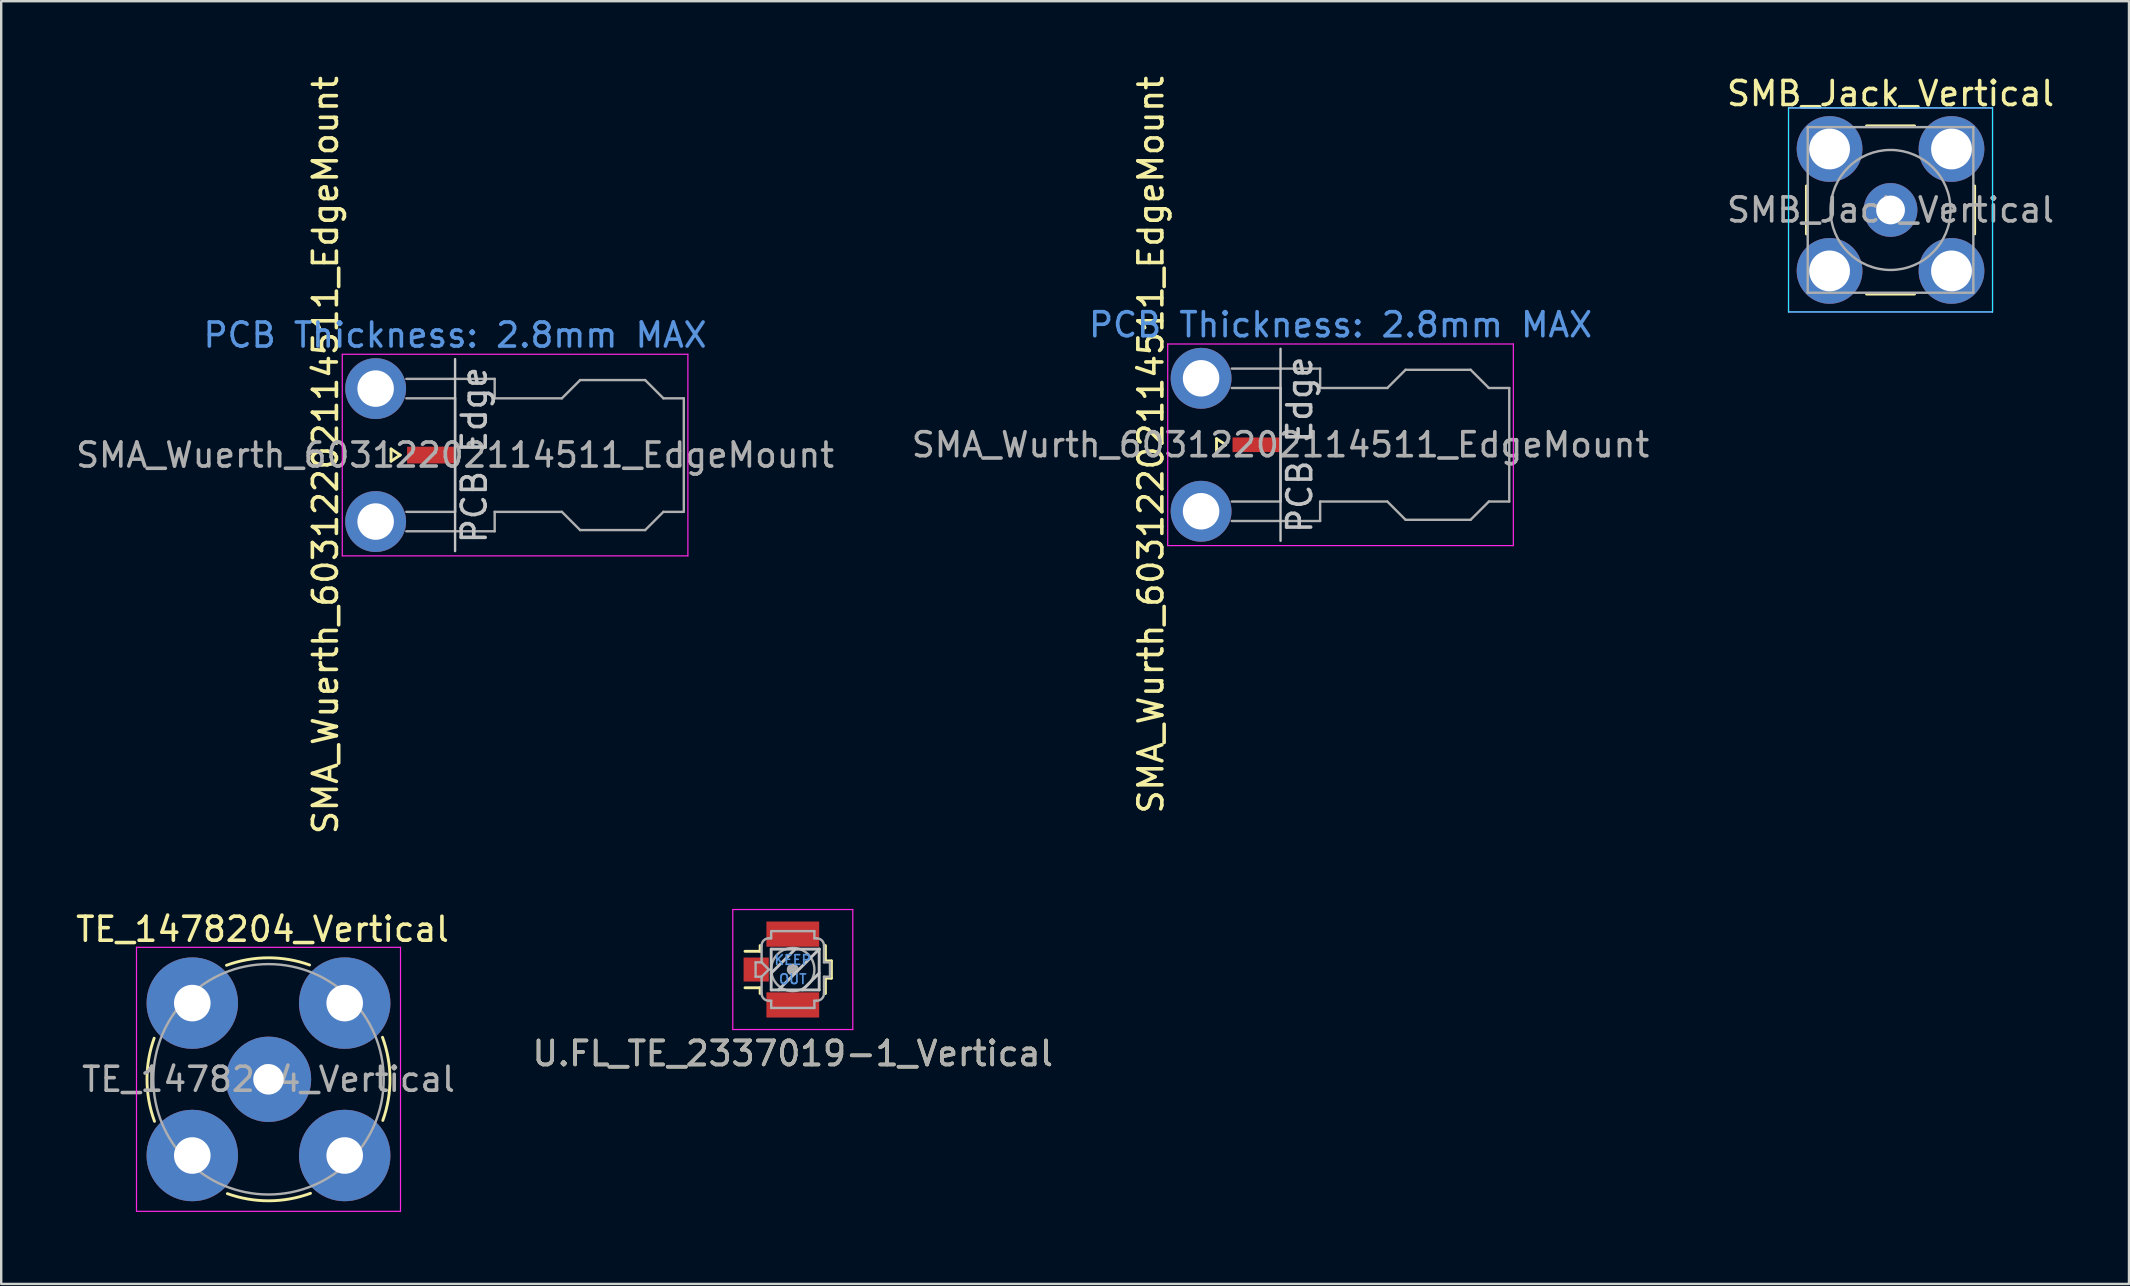
<source format=kicad_pcb>
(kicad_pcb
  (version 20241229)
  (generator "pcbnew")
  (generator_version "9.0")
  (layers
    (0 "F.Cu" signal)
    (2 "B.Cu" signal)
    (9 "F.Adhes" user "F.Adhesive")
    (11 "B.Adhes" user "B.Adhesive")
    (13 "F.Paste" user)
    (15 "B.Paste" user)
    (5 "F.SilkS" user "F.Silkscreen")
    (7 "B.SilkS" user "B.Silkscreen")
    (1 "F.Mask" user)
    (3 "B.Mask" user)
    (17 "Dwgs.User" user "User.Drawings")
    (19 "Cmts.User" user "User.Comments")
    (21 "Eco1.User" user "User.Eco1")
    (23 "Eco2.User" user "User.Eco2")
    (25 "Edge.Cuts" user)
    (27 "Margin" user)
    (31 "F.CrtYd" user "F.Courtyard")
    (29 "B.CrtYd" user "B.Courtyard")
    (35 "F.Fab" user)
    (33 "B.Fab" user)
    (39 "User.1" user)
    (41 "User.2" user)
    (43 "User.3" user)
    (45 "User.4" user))
  (footprint "SMA_Wuerth_60312202114511_EdgeMount"
    (layer "F.Cu")
    (at 15.911 15.911)
    (property "Reference" "SMA_Wuerth_60312202114511_EdgeMount" (at -5.4 0 90) (layer "F.SilkS") (effects (font (size 1 1) (thickness 0.15))))
    (attr smd)
    (fp_line (start -2.667 -0.254) (end -2.667 0.254) (stroke (width 0.12) (type solid)) (layer "F.SilkS"))
    (fp_line (start -2.667 0.254) (end -2.286 0) (stroke (width 0.12) (type solid)) (layer "F.SilkS"))
    (fp_line (start -2.286 0) (end -2.667 -0.254) (stroke (width 0.12) (type solid)) (layer "F.SilkS"))
    (fp_line (start 0 4) (end 0 -4) (stroke (width 0.1) (type solid)) (layer "Dwgs.User"))
    (fp_line (start -4.7 -4.2) (end 9.7 -4.2) (stroke (width 0.05) (type solid)) (layer "F.CrtYd"))
    (fp_line (start -4.7 4.2) (end -4.7 -4.2) (stroke (width 0.05) (type solid)) (layer "F.CrtYd"))
    (fp_line (start 9.7 -4.2) (end 9.7 4.2) (stroke (width 0.05) (type solid)) (layer "F.CrtYd"))
    (fp_line (start 9.7 4.2) (end -4.7 4.2) (stroke (width 0.05) (type solid)) (layer "F.CrtYd"))
    (fp_line (start -2.032 -2.365) (end 0 -2.365) (stroke (width 0.1) (type solid)) (layer "F.Fab"))
    (fp_line (start -2.032 3.175) (end 1.65 3.175) (stroke (width 0.1) (type solid)) (layer "F.Fab"))
    (fp_line (start 0 -2.365) (end 0 2.365) (stroke (width 0.1) (type solid)) (layer "F.Fab"))
    (fp_line (start 0 2.365) (end -2.032 2.365) (stroke (width 0.1) (type solid)) (layer "F.Fab"))
    (fp_line (start 1.65 -3.175) (end -2.032 -3.175) (stroke (width 0.1) (type solid)) (layer "F.Fab"))
    (fp_line (start 1.65 -2.365) (end 1.65 -3.175) (stroke (width 0.1) (type solid)) (layer "F.Fab"))
    (fp_line (start 1.65 2.365) (end 4.45 2.365) (stroke (width 0.1) (type solid)) (layer "F.Fab"))
    (fp_line (start 1.65 3.175) (end 1.65 2.365) (stroke (width 0.1) (type solid)) (layer "F.Fab"))
    (fp_line (start 4.45 -2.365) (end 1.65 -2.365) (stroke (width 0.1) (type solid)) (layer "F.Fab"))
    (fp_line (start 4.45 -2.365) (end 5.21 -3.125) (stroke (width 0.1) (type solid)) (layer "F.Fab"))
    (fp_line (start 4.45 2.365) (end 5.21 3.125) (stroke (width 0.1) (type solid)) (layer "F.Fab"))
    (fp_line (start 5.21 3.125) (end 7.92 3.125) (stroke (width 0.1) (type solid)) (layer "F.Fab"))
    (fp_line (start 7.92 -3.125) (end 5.21 -3.125) (stroke (width 0.1) (type solid)) (layer "F.Fab"))
    (fp_line (start 7.92 3.125) (end 8.68 2.365) (stroke (width 0.1) (type solid)) (layer "F.Fab"))
    (fp_line (start 8.68 -2.365) (end 7.92 -3.125) (stroke (width 0.1) (type solid)) (layer "F.Fab"))
    (fp_line (start 8.68 2.365) (end 9.53 2.365) (stroke (width 0.1) (type solid)) (layer "F.Fab"))
    (fp_line (start 9.53 -2.365) (end 8.68 -2.365) (stroke (width 0.1) (type solid)) (layer "F.Fab"))
    (fp_line (start 9.53 2.365) (end 9.53 -2.365) (stroke (width 0.1) (type solid)) (layer "F.Fab"))
    (fp_text user "PCB Edge" (at 0.8 0 90) (layer "Dwgs.User") (effects (font (size 1 1) (thickness 0.15))))
    (fp_text user "PCB Thickness: 2.8mm MAX" (at 0 -5 0) (layer "Cmts.User") (effects (font (size 1 1) (thickness 0.15))))
    (fp_text user "${REFERENCE}" (at 0 0 0) (layer "F.Fab") (effects (font (size 1 1) (thickness 0.15))))
    (pad "1" smd rect (at -1 0) (size 2 0.7) (layers "F.Cu" "F.Mask" "F.Paste"))
    (pad "2" thru_hole circle (at -3.31 -2.77) (size 2.536 2.536) (drill 1.52) (layers "*.Cu" "*.Mask"))
    (pad "2" thru_hole circle (at -3.31 2.77) (size 2.536 2.536) (drill 1.52) (layers "*.Cu" "*.Mask")))
  (footprint "SMA_Wurth_60312202114511_EdgeMount"
    (layer "F.Cu")
    (at 52.804 15.482)
    (property "Reference" "SMA_Wurth_60312202114511_EdgeMount" (at -7.9 0 90) (layer "F.SilkS") (effects (font (size 1 1) (thickness 0.15))))
    (attr smd)
    (fp_line (start -5.167 -0.254) (end -5.167 0.254) (stroke (width 0.12) (type solid)) (layer "F.SilkS"))
    (fp_line (start -5.167 0.254) (end -4.786 0) (stroke (width 0.12) (type solid)) (layer "F.SilkS"))
    (fp_line (start -4.786 0) (end -5.167 -0.254) (stroke (width 0.12) (type solid)) (layer "F.SilkS"))
    (fp_line (start -2.5 4) (end -2.5 -4) (stroke (width 0.1) (type solid)) (layer "Dwgs.User"))
    (fp_line (start -7.2 -4.2) (end 7.2 -4.2) (stroke (width 0.05) (type solid)) (layer "F.CrtYd"))
    (fp_line (start -7.2 4.2) (end -7.2 -4.2) (stroke (width 0.05) (type solid)) (layer "F.CrtYd"))
    (fp_line (start 7.2 -4.2) (end 7.2 4.2) (stroke (width 0.05) (type solid)) (layer "F.CrtYd"))
    (fp_line (start 7.2 4.2) (end -7.2 4.2) (stroke (width 0.05) (type solid)) (layer "F.CrtYd"))
    (fp_line (start -4.532 -2.365) (end -2.5 -2.365) (stroke (width 0.1) (type solid)) (layer "F.Fab"))
    (fp_line (start -4.532 3.175) (end -0.85 3.175) (stroke (width 0.1) (type solid)) (layer "F.Fab"))
    (fp_line (start -2.5 -2.365) (end -2.5 2.365) (stroke (width 0.1) (type solid)) (layer "F.Fab"))
    (fp_line (start -2.5 2.365) (end -4.532 2.365) (stroke (width 0.1) (type solid)) (layer "F.Fab"))
    (fp_line (start -0.85 -3.175) (end -4.532 -3.175) (stroke (width 0.1) (type solid)) (layer "F.Fab"))
    (fp_line (start -0.85 -2.365) (end -0.85 -3.175) (stroke (width 0.1) (type solid)) (layer "F.Fab"))
    (fp_line (start -0.85 2.365) (end 1.95 2.365) (stroke (width 0.1) (type solid)) (layer "F.Fab"))
    (fp_line (start -0.85 3.175) (end -0.85 2.365) (stroke (width 0.1) (type solid)) (layer "F.Fab"))
    (fp_line (start 1.95 -2.365) (end -0.85 -2.365) (stroke (width 0.1) (type solid)) (layer "F.Fab"))
    (fp_line (start 1.95 -2.365) (end 2.71 -3.125) (stroke (width 0.1) (type solid)) (layer "F.Fab"))
    (fp_line (start 1.95 2.365) (end 2.71 3.125) (stroke (width 0.1) (type solid)) (layer "F.Fab"))
    (fp_line (start 2.71 3.125) (end 5.42 3.125) (stroke (width 0.1) (type solid)) (layer "F.Fab"))
    (fp_line (start 5.42 -3.125) (end 2.71 -3.125) (stroke (width 0.1) (type solid)) (layer "F.Fab"))
    (fp_line (start 5.42 3.125) (end 6.18 2.365) (stroke (width 0.1) (type solid)) (layer "F.Fab"))
    (fp_line (start 6.18 -2.365) (end 5.42 -3.125) (stroke (width 0.1) (type solid)) (layer "F.Fab"))
    (fp_line (start 6.18 2.365) (end 7.03 2.365) (stroke (width 0.1) (type solid)) (layer "F.Fab"))
    (fp_line (start 7.03 -2.365) (end 6.18 -2.365) (stroke (width 0.1) (type solid)) (layer "F.Fab"))
    (fp_line (start 7.03 2.365) (end 7.03 -2.365) (stroke (width 0.1) (type solid)) (layer "F.Fab"))
    (fp_text user "PCB Edge" (at -1.7 0 90) (layer "Dwgs.User") (effects (font (size 1 1) (thickness 0.15))))
    (fp_text user "PCB Thickness: 2.8mm MAX" (at 0 -5 0) (layer "Cmts.User") (effects (font (size 1 1) (thickness 0.15))))
    (fp_text user "${REFERENCE}" (at -2.5 0 0) (layer "F.Fab") (effects (font (size 1 1) (thickness 0.15))))
    (pad "1" smd rect (at -2.5 0) (size 2 0.61) (drill (offset -1 0)) (layers "F.Cu" "F.Mask" "F.Paste"))
    (pad "2" thru_hole circle (at -5.81 -2.77) (size 2.536 2.536) (drill 1.52) (layers "*.Cu" "*.Mask"))
    (pad "2" thru_hole circle (at -5.81 2.77) (size 2.536 2.536) (drill 1.52) (layers "*.Cu" "*.Mask")))
  (footprint "SMB_Jack_Vertical"
    (layer "F.Cu")
    (at 75.72 5.698)
    (property "Reference" "SMB_Jack_Vertical" (at 0 -4.85 0) (layer "F.SilkS") (effects (font (size 1 1) (thickness 0.15))))
    (attr through_hole)
    (fp_line (start -3.505 1) (end -3.505 -1) (stroke (width 0.12) (type solid)) (layer "F.SilkS"))
    (fp_line (start -1 -3.505) (end 1 -3.505) (stroke (width 0.12) (type solid)) (layer "F.SilkS"))
    (fp_line (start 1 3.505) (end -1 3.505) (stroke (width 0.12) (type solid)) (layer "F.SilkS"))
    (fp_line (start 3.505 -1) (end 3.505 1) (stroke (width 0.12) (type solid)) (layer "F.SilkS"))
    (fp_line (start -4.25 -4.25) (end 4.25 -4.25) (stroke (width 0.05) (type solid)) (layer "B.CrtYd"))
    (fp_line (start -4.25 4.25) (end -4.25 -4.25) (stroke (width 0.05) (type solid)) (layer "B.CrtYd"))
    (fp_line (start 4.25 -4.25) (end 4.25 4.25) (stroke (width 0.05) (type solid)) (layer "B.CrtYd"))
    (fp_line (start 4.25 4.25) (end -4.25 4.25) (stroke (width 0.05) (type solid)) (layer "B.CrtYd"))
    (fp_line (start -4.25 -4.25) (end 4.25 -4.25) (stroke (width 0.05) (type solid)) (layer "F.CrtYd"))
    (fp_line (start -4.25 4.25) (end -4.25 -4.25) (stroke (width 0.05) (type solid)) (layer "F.CrtYd"))
    (fp_line (start 4.25 -4.25) (end 4.25 4.25) (stroke (width 0.05) (type solid)) (layer "F.CrtYd"))
    (fp_line (start 4.25 4.25) (end -4.25 4.25) (stroke (width 0.05) (type solid)) (layer "F.CrtYd"))
    (fp_line (start -3.45 -3.45) (end -3.45 3.45) (stroke (width 0.1) (type solid)) (layer "F.Fab"))
    (fp_line (start -3.45 3.45) (end 3.45 3.45) (stroke (width 0.1) (type solid)) (layer "F.Fab"))
    (fp_line (start 3.45 -3.45) (end -3.45 -3.45) (stroke (width 0.1) (type solid)) (layer "F.Fab"))
    (fp_line (start 3.45 3.45) (end 3.45 -3.45) (stroke (width 0.1) (type solid)) (layer "F.Fab"))
    (fp_circle (center 0 0) (end 2.5 0) (stroke (width 0.1) (type solid)) (fill no) (layer "F.Fab"))
    (fp_text user "${REFERENCE}" (at 0 0 0) (layer "F.Fab") (effects (font (size 1 1) (thickness 0.15))))
    (pad "1" thru_hole circle (at 0 0) (size 2.24 2.24) (drill 1.2) (layers "*.Cu" "*.Mask"))
    (pad "2" thru_hole circle (at -2.54 -2.54) (size 2.74 2.74) (drill 1.7) (layers "*.Cu" "*.Mask"))
    (pad "2" thru_hole circle (at -2.54 2.54) (size 2.74 2.74) (drill 1.7) (layers "*.Cu" "*.Mask"))
    (pad "2" thru_hole circle (at 2.54 -2.54) (size 2.74 2.74) (drill 1.7) (layers "*.Cu" "*.Mask"))
    (pad "2" thru_hole circle (at 2.54 2.54) (size 2.74 2.74) (drill 1.7) (layers "*.Cu" "*.Mask")))
  (footprint "U.FL_TE_2337019-1_Vertical"
    (layer "F.Cu")
    (at 29.982 37.346)
    (property "Reference" "U.FL_TE_2337019-1_Vertical" (at 0 3.5 0) (layer "F.SilkS") (effects (font (size 1 1) (thickness 0.15))))
    (attr smd)
    (fp_line (start -1.36 -1) (end -1.36 -0.76) (stroke (width 0.12) (type solid)) (layer "F.SilkS"))
    (fp_line (start -1.36 -0.76) (end -1.99 -0.76) (stroke (width 0.12) (type solid)) (layer "F.SilkS"))
    (fp_line (start -1.36 0.76) (end -1.99 0.76) (stroke (width 0.12) (type solid)) (layer "F.SilkS"))
    (fp_line (start -1.36 1) (end -1.36 0.76) (stroke (width 0.12) (type solid)) (layer "F.SilkS"))
    (fp_line (start 1.36 -1) (end 1.36 -0.36) (stroke (width 0.12) (type solid)) (layer "F.SilkS"))
    (fp_line (start 1.36 -0.36) (end 1.61 -0.36) (stroke (width 0.12) (type solid)) (layer "F.SilkS"))
    (fp_line (start 1.36 0.36) (end 1.36 1) (stroke (width 0.12) (type solid)) (layer "F.SilkS"))
    (fp_line (start 1.36 0.36) (end 1.61 0.36) (stroke (width 0.12) (type solid)) (layer "F.SilkS"))
    (fp_line (start 1.61 -0.36) (end 1.61 0.36) (stroke (width 0.12) (type solid)) (layer "F.SilkS"))
    (fp_line (start -0.9 -0.85) (end -0.9 0.85) (stroke (width 0.12) (type solid)) (layer "Dwgs.User"))
    (fp_line (start -0.9 0.15) (end 0.1 -0.85) (stroke (width 0.12) (type solid)) (layer "Dwgs.User"))
    (fp_line (start -0.9 0.85) (end 1.1 0.85) (stroke (width 0.12) (type solid)) (layer "Dwgs.User"))
    (fp_line (start -0.6 0.85) (end 1.1 -0.85) (stroke (width 0.12) (type solid)) (layer "Dwgs.User"))
    (fp_line (start 0.4 0.85) (end 1.1 0.15) (stroke (width 0.12) (type solid)) (layer "Dwgs.User"))
    (fp_line (start 1.1 -0.85) (end -0.9 -0.85) (stroke (width 0.12) (type solid)) (layer "Dwgs.User"))
    (fp_line (start 1.1 0.85) (end 1.1 -0.85) (stroke (width 0.12) (type solid)) (layer "Dwgs.User"))
    (fp_line (start -2.5 -2.5) (end -2.5 2.5) (stroke (width 0.05) (type solid)) (layer "F.CrtYd"))
    (fp_line (start -2.5 2.5) (end 2.5 2.5) (stroke (width 0.05) (type solid)) (layer "F.CrtYd"))
    (fp_line (start 2.5 -2.5) (end -2.5 -2.5) (stroke (width 0.05) (type solid)) (layer "F.CrtYd"))
    (fp_line (start 2.5 2.5) (end 2.5 -2.5) (stroke (width 0.05) (type solid)) (layer "F.CrtYd"))
    (fp_line (start -1.55 -0.3) (end -1.3 -0.3) (stroke (width 0.1) (type solid)) (layer "F.Fab"))
    (fp_line (start -1.55 0.3) (end -1.55 -0.3) (stroke (width 0.1) (type solid)) (layer "F.Fab"))
    (fp_line (start -1.3 -1) (end -1.3 -0.3) (stroke (width 0.1) (type solid)) (layer "F.Fab"))
    (fp_line (start -1.3 -0.3) (end -1 0) (stroke (width 0.1) (type solid)) (layer "F.Fab"))
    (fp_line (start -1.3 0.3) (end -1.55 0.3) (stroke (width 0.1) (type solid)) (layer "F.Fab"))
    (fp_line (start -1.3 0.3) (end -1.3 1) (stroke (width 0.1) (type solid)) (layer "F.Fab"))
    (fp_line (start -1 0) (end -1.3 0.3) (stroke (width 0.1) (type solid)) (layer "F.Fab"))
    (fp_line (start -0.9 -1.6) (end -0.9 -1.3) (stroke (width 0.1) (type solid)) (layer "F.Fab"))
    (fp_line (start -0.9 -1.3) (end -1 -1.3) (stroke (width 0.1) (type solid)) (layer "F.Fab"))
    (fp_line (start -0.9 1.3) (end -1 1.3) (stroke (width 0.1) (type solid)) (layer "F.Fab"))
    (fp_line (start -0.9 1.6) (end -0.9 1.3) (stroke (width 0.1) (type solid)) (layer "F.Fab"))
    (fp_line (start 0.9 -1.6) (end -0.9 -1.6) (stroke (width 0.1) (type solid)) (layer "F.Fab"))
    (fp_line (start 0.9 -1.6) (end 0.9 -1.3) (stroke (width 0.1) (type solid)) (layer "F.Fab"))
    (fp_line (start 0.9 -1.3) (end 1 -1.3) (stroke (width 0.1) (type solid)) (layer "F.Fab"))
    (fp_line (start 0.9 1.6) (end -0.9 1.6) (stroke (width 0.1) (type solid)) (layer "F.Fab"))
    (fp_line (start 0.9 1.6) (end 0.9 1.3) (stroke (width 0.1) (type solid)) (layer "F.Fab"))
    (fp_line (start 1 1.3) (end 0.9 1.3) (stroke (width 0.1) (type solid)) (layer "F.Fab"))
    (fp_line (start 1.3 -0.3) (end 1.3 -1) (stroke (width 0.1) (type solid)) (layer "F.Fab"))
    (fp_line (start 1.3 0.3) (end 1.3 1) (stroke (width 0.1) (type solid)) (layer "F.Fab"))
    (fp_line (start 1.3 0.3) (end 1.55 0.3) (stroke (width 0.1) (type solid)) (layer "F.Fab"))
    (fp_line (start 1.55 -0.3) (end 1.3 -0.3) (stroke (width 0.1) (type solid)) (layer "F.Fab"))
    (fp_line (start 1.55 0.3) (end 1.55 -0.3) (stroke (width 0.1) (type solid)) (layer "F.Fab"))
    (fp_arc (start -1.3 -1) (mid -1.212132 -1.212132) (end -1 -1.3) (stroke (width 0.1) (type solid)) (layer "F.Fab"))
    (fp_arc (start -1 1.3) (mid -1.212132 1.212132) (end -1.3 1) (stroke (width 0.1) (type solid)) (layer "F.Fab"))
    (fp_arc (start 1 -1.3) (mid 1.212132 -1.212132) (end 1.3 -1) (stroke (width 0.1) (type solid)) (layer "F.Fab"))
    (fp_arc (start 1.3 1) (mid 1.212132 1.212132) (end 1 1.3) (stroke (width 0.1) (type solid)) (layer "F.Fab"))
    (fp_circle (center 0 0) (end -0.2 0) (stroke (width 0.1) (type solid)) (fill no) (layer "F.Fab"))
    (fp_circle (center 0 0) (end -0.125 0) (stroke (width 0.1) (type solid)) (fill no) (layer "F.Fab"))
    (fp_circle (center 0 0) (end -0.05 0) (stroke (width 0.1) (type solid)) (fill no) (layer "F.Fab"))
    (fp_circle (center 0 0) (end 0 0.9) (stroke (width 0.1) (type solid)) (fill no) (layer "F.Fab"))
    (fp_text user "OUT" (at 0 0.4 0) (layer "Cmts.User") (effects (font (size 0.4 0.4) (thickness 0.07))))
    (fp_text user "KEEP" (at 0 -0.4 0) (layer "Cmts.User") (effects (font (size 0.4 0.4) (thickness 0.07))))
    (fp_text user "${REFERENCE}" (at 0 3.5 0) (layer "F.Fab") (effects (font (size 1 1) (thickness 0.15))))
    (pad "1" smd rect (at -1.525 0) (size 1.05 1) (layers "F.Cu" "F.Mask" "F.Paste"))
    (pad "2" smd rect (at 0 -1.475) (size 2.2 1.05) (layers "F.Cu" "F.Mask" "F.Paste"))
    (pad "2" smd rect (at 0 1.475) (size 2.2 1.05) (layers "F.Cu" "F.Mask" "F.Paste")))
  (footprint "TE_1478204_Vertical"
    (layer "F.Cu")
    (at 8.137 41.92)
    (property "Reference" "TE_1478204_Vertical" (at -0.25 -6.25 0) (layer "F.SilkS") (effects (font (size 1 1) (thickness 0.15))))
    (attr through_hole)
    (fp_arc (start -4.75 1.75) (mid -5.062075 0.019867) (end -4.763589 -1.712663) (stroke (width 0.12) (type solid)) (layer "F.SilkS"))
    (fp_arc (start -1.75 -4.75) (mid -0.019867 -5.062075) (end 1.712663 -4.763589) (stroke (width 0.12) (type solid)) (layer "F.SilkS"))
    (fp_arc (start 1.75 4.75) (mid 0.019867 5.062075) (end -1.712663 4.763589) (stroke (width 0.12) (type solid)) (layer "F.SilkS"))
    (fp_arc (start 4.75 -1.75) (mid 5.062075 -0.019867) (end 4.763589 1.712663) (stroke (width 0.12) (type solid)) (layer "F.SilkS"))
    (fp_line (start -5.5 -5.5) (end 5.5 -5.5) (stroke (width 0.05) (type solid)) (layer "F.CrtYd"))
    (fp_line (start -5.5 5.5) (end -5.5 -5.5) (stroke (width 0.05) (type solid)) (layer "F.CrtYd"))
    (fp_line (start 5.5 -5.5) (end 5.5 5.5) (stroke (width 0.05) (type solid)) (layer "F.CrtYd"))
    (fp_line (start 5.5 5.5) (end -5.5 5.5) (stroke (width 0.05) (type solid)) (layer "F.CrtYd"))
    (fp_circle (center 0 0) (end 4.8 0) (stroke (width 0.1) (type solid)) (fill no) (layer "F.Fab"))
    (fp_text user "${REFERENCE}" (at 0 0 0) (layer "F.Fab") (effects (font (size 1 1) (thickness 0.15))))
    (pad "1" thru_hole circle (at 0 0) (size 3.556 3.556) (drill 1.27) (layers "*.Cu" "*.Mask"))
    (pad "2" thru_hole circle (at -3.175 -3.175) (size 3.81 3.81) (drill 1.524) (layers "*.Cu" "*.Mask"))
    (pad "2" thru_hole circle (at -3.175 3.175) (size 3.81 3.81) (drill 1.524) (layers "*.Cu" "*.Mask"))
    (pad "2" thru_hole circle (at 3.175 -3.175) (size 3.81 3.81) (drill 1.524) (layers "*.Cu" "*.Mask"))
    (pad "2" thru_hole circle (at 3.175 3.175) (size 3.81 3.81) (drill 1.524) (layers "*.Cu" "*.Mask")))
  (gr_rect
    (start -3 -3)
    (end 85.655 50.445)
    (stroke (width 0.1) (type default))
    (fill no)
    (layer "Edge.Cuts")))
</source>
